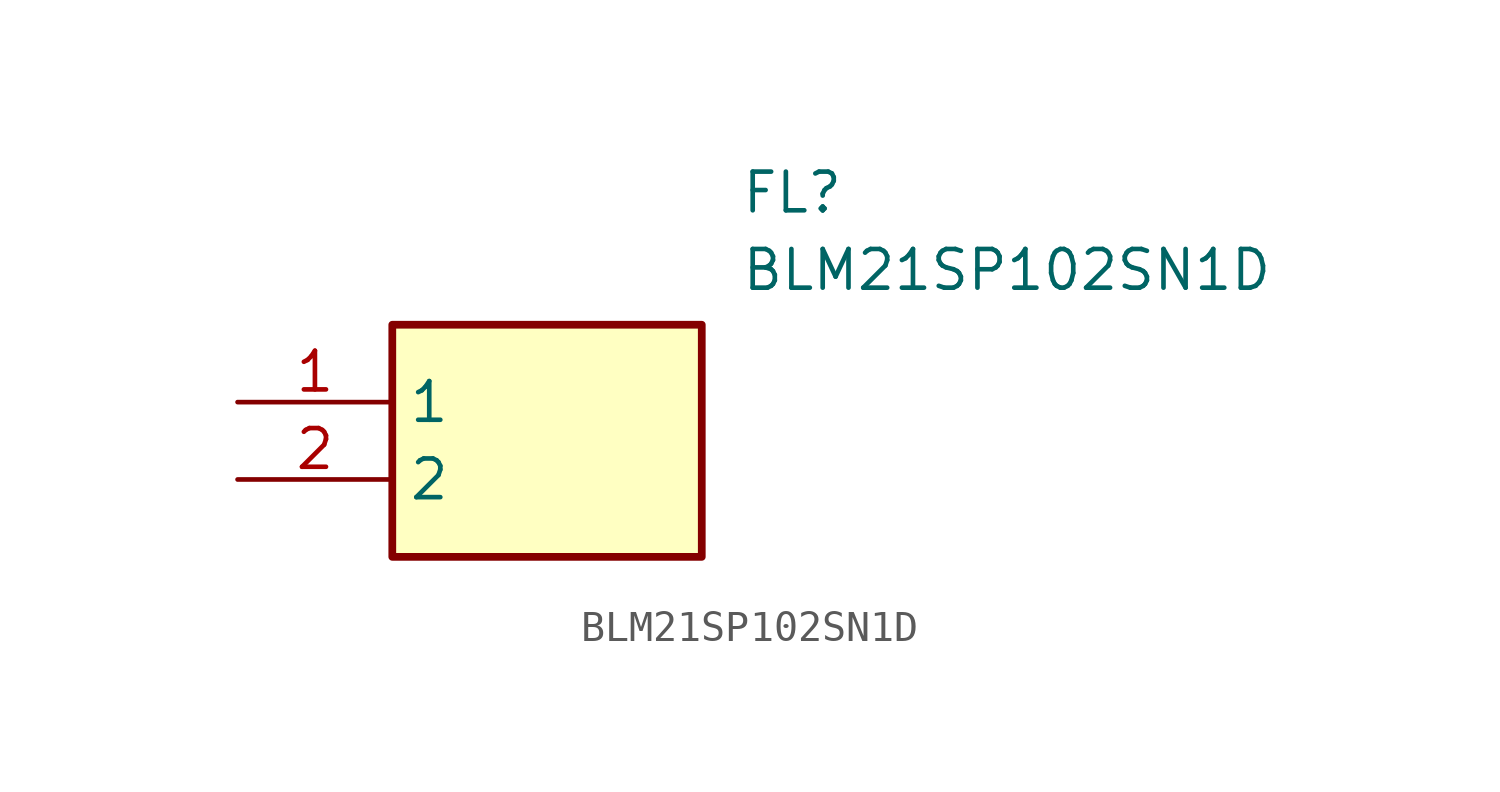
<source format=kicad_sym>
(kicad_symbol_lib
  (version 20211014)
  (generator SamacSys_ECAD_Model)
  (symbol "BLM21SP102SN1D"
    (property "Reference" "FL"
      (at 16.51 7.62 0)
      (effects (font (size 1.27 1.27)) (justify left top)))
    (property "Value" "BLM21SP102SN1D"
      (at 16.51 5.08 0)
      (effects (font (size 1.27 1.27)) (justify left top)))
    (rectangle
      (start 5.08 2.54)
      (end 15.24 -5.08)
      (stroke (width 0.254) (type default))
      (fill (type background)))
    (pin passive line
      (at 0 0 0)
      (length 5.08)
      (name "1" (effects (font (size 1.27 1.27))))
      (number "1" (effects (font (size 1.27 1.27)))))
    (pin passive line
      (at 0 -2.54 0)
      (length 5.08)
      (name "2" (effects (font (size 1.27 1.27))))
      (number "2" (effects (font (size 1.27 1.27)))))))
</source>
